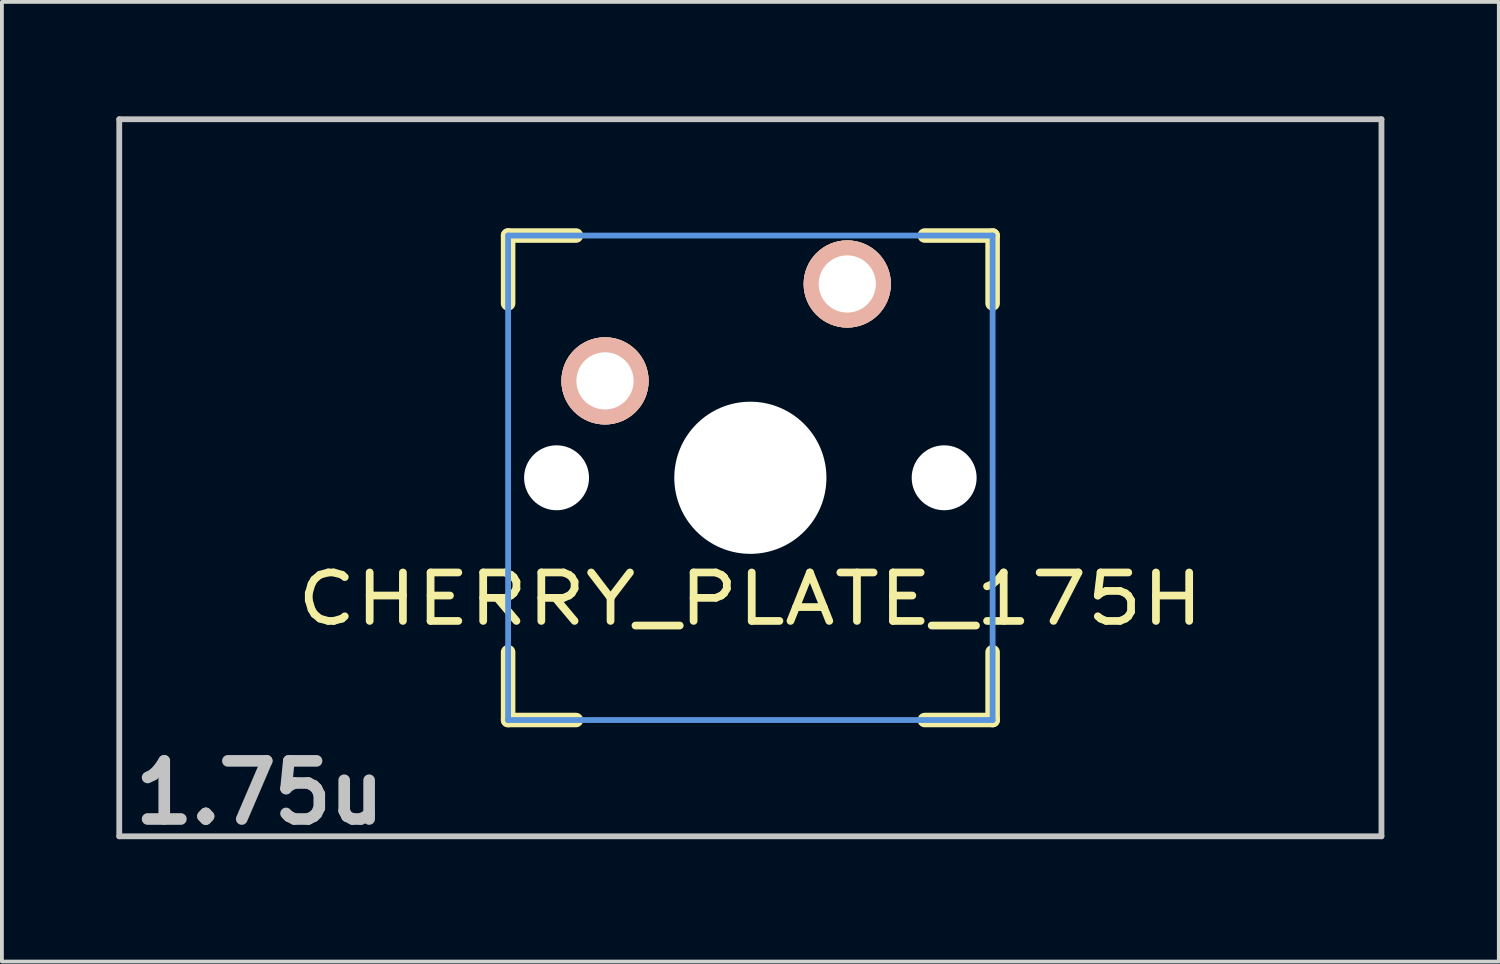
<source format=kicad_pcb>
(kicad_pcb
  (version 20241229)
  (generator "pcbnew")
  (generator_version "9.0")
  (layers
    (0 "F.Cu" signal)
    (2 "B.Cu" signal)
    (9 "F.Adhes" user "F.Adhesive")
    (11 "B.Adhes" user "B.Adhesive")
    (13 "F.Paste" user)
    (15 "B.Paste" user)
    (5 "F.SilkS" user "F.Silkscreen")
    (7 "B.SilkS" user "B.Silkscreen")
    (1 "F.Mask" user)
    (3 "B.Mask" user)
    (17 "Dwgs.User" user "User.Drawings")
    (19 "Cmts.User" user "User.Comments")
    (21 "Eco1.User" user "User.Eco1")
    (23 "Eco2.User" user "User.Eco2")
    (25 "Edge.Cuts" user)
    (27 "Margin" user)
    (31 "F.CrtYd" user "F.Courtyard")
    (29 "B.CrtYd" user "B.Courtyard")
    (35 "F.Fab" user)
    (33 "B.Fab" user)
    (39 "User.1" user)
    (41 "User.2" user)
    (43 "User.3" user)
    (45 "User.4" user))
  (footprint "CHERRY_PLATE_175H"
    (layer "F.Cu")
    (at 16.619 9.474)
    (property "Reference" "CHERRY_PLATE_175H" (at 0 3.175 0) (layer "F.SilkS") (effects (font (size 1.27 1.524) (thickness 0.203))))
    (attr through_hole)
    (fp_line (start -6.35 -6.35) (end -4.572 -6.35) (stroke (width 0.381) (type solid)) (layer "F.SilkS"))
    (fp_line (start -6.35 -4.572) (end -6.35 -6.35) (stroke (width 0.381) (type solid)) (layer "F.SilkS"))
    (fp_line (start -6.35 6.35) (end -6.35 4.572) (stroke (width 0.381) (type solid)) (layer "F.SilkS"))
    (fp_line (start -4.572 6.35) (end -6.35 6.35) (stroke (width 0.381) (type solid)) (layer "F.SilkS"))
    (fp_line (start 4.572 -6.35) (end 6.35 -6.35) (stroke (width 0.381) (type solid)) (layer "F.SilkS"))
    (fp_line (start 6.35 -6.35) (end 6.35 -4.572) (stroke (width 0.381) (type solid)) (layer "F.SilkS"))
    (fp_line (start 6.35 4.572) (end 6.35 6.35) (stroke (width 0.381) (type solid)) (layer "F.SilkS"))
    (fp_line (start 6.35 6.35) (end 4.572 6.35) (stroke (width 0.381) (type solid)) (layer "F.SilkS"))
    (fp_line (start -16.543 -9.398) (end 16.543 -9.398) (stroke (width 0.152) (type solid)) (layer "Dwgs.User"))
    (fp_line (start -16.543 9.398) (end -16.543 -9.398) (stroke (width 0.152) (type solid)) (layer "Dwgs.User"))
    (fp_line (start 16.543 -9.398) (end 16.543 9.398) (stroke (width 0.152) (type solid)) (layer "Dwgs.User"))
    (fp_line (start 16.543 9.398) (end -16.543 9.398) (stroke (width 0.152) (type solid)) (layer "Dwgs.User"))
    (fp_line (start -6.35 -6.35) (end 6.35 -6.35) (stroke (width 0.152) (type solid)) (layer "Cmts.User"))
    (fp_line (start -6.35 6.35) (end -6.35 -6.35) (stroke (width 0.152) (type solid)) (layer "Cmts.User"))
    (fp_line (start 6.35 -6.35) (end 6.35 6.35) (stroke (width 0.152) (type solid)) (layer "Cmts.User"))
    (fp_line (start 6.35 6.35) (end -6.35 6.35) (stroke (width 0.152) (type solid)) (layer "Cmts.User"))
    (fp_text user "1.75u" (at -12.86 8.255 0) (layer "Dwgs.User") (effects (font (size 1.524 1.524) (thickness 0.305))))
    (pad "" np_thru_hole circle (at -5.08 0) (size 1.702 1.702) (drill 1.702) (layers "*.Cu"))
    (pad "" np_thru_hole circle (at 0 0) (size 3.988 3.988) (drill 3.988) (layers "*.Cu"))
    (pad "" np_thru_hole circle (at 5.08 0) (size 1.702 1.702) (drill 1.702) (layers "*.Cu"))
    (pad "1" thru_hole circle (at 2.54 -5.08) (size 2.286 2.286) (drill 1.499) (layers "*.Cu" "*.SilkS" "*.Mask"))
    (pad "2" thru_hole circle (at -3.81 -2.54) (size 2.286 2.286) (drill 1.499) (layers "*.Cu" "*.SilkS" "*.Mask")))
  (gr_rect
    (start -3 -3)
    (end 36.238 22.156)
    (stroke (width 0.1) (type default))
    (fill no)
    (layer "Edge.Cuts")))
</source>
